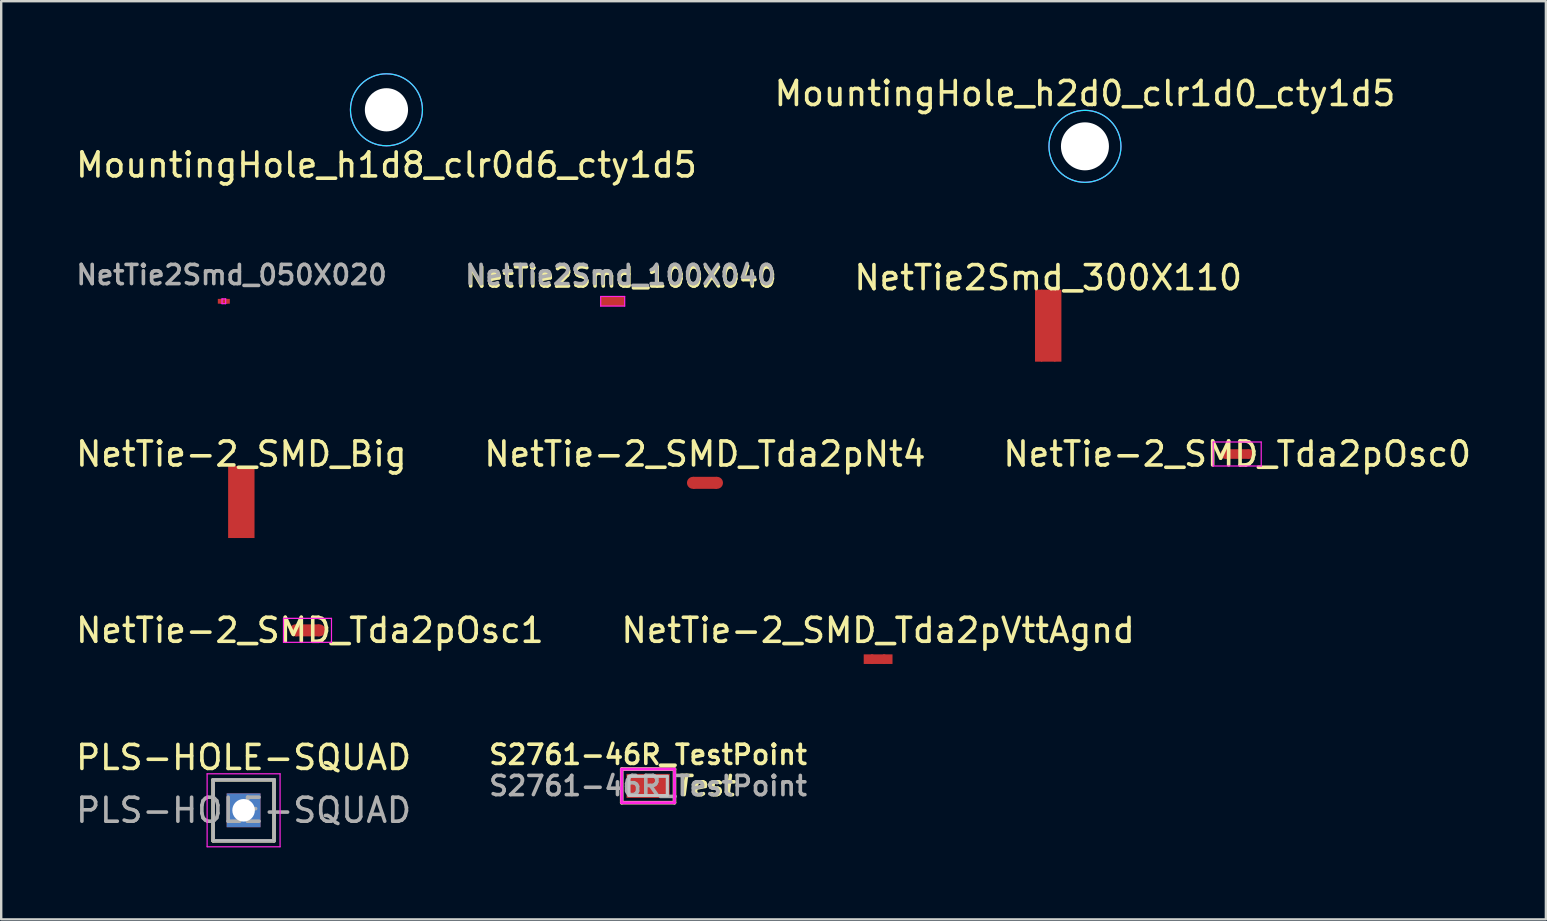
<source format=kicad_pcb>
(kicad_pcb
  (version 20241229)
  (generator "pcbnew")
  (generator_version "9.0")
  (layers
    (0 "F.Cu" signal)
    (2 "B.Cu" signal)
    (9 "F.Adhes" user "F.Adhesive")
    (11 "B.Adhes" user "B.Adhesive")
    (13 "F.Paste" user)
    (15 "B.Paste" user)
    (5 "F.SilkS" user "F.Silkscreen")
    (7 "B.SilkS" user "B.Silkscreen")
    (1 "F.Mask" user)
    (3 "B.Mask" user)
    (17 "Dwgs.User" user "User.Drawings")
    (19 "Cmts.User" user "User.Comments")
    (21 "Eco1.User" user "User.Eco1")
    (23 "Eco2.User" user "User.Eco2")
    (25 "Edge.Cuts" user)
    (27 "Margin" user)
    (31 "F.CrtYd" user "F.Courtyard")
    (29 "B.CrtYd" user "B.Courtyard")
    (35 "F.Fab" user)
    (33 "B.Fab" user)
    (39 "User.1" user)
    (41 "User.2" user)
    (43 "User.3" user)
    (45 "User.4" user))
  (footprint "NetTie-2_SMD_Big"
    (layer "F.Cu")
    (at 7.006 17.87)
    (property "Reference" "NetTie-2_SMD_Big" (at 0 -2 0) (layer "F.SilkS") (effects (font (size 1 1) (thickness 0.15))))
    (attr exclude_from_pos_files exclude_from_bom)
    (fp_poly (pts (xy -0.3 -1.5) (xy 0.3 -1.5) (xy 0.3 1.5) (xy -0.3 1.5)) (stroke (width 0) (type solid)) (fill yes) (layer "F.Cu"))
    (pad "1" smd rect (at -0.4 0) (size 0.3 3) (layers "F.Cu"))
    (pad "2" smd rect (at 0.4 0) (size 0.3 3) (layers "F.Cu")))
  (footprint "S2761-46R_TestPoint"
    (layer "F.Cu")
    (at 23.957 29.699)
    (property "Reference" "S2761-46R_TestPoint" (at 0 -1.3 0) (layer "F.SilkS") (effects (font (size 0.8 0.8) (thickness 0.15))))
    (attr smd)
    (fp_line (start -1.1 -0.7) (end -1.1 0.7) (stroke (width 0.15) (type solid)) (layer "F.SilkS"))
    (fp_line (start -1.1 0.7) (end 1.1 0.7) (stroke (width 0.15) (type solid)) (layer "F.SilkS"))
    (fp_line (start 1.1 -0.7) (end -1.1 -0.7) (stroke (width 0.15) (type solid)) (layer "F.SilkS"))
    (fp_line (start 1.1 0.7) (end 1.1 -0.7) (stroke (width 0.15) (type solid)) (layer "F.SilkS"))
    (fp_line (start -0.8 -0.4) (end 0.8 -0.4) (stroke (width 0.12) (type solid)) (layer "Dwgs.User"))
    (fp_line (start -0.8 0.4) (end -0.8 -0.4) (stroke (width 0.12) (type solid)) (layer "Dwgs.User"))
    (fp_line (start 0.8 -0.4) (end 0.8 0.4) (stroke (width 0.12) (type solid)) (layer "Dwgs.User"))
    (fp_line (start 0.8 0.4) (end -0.8 0.4) (stroke (width 0.12) (type solid)) (layer "Dwgs.User"))
    (fp_line (start -1.1 -0.7) (end 1.1 -0.7) (stroke (width 0.12) (type solid)) (layer "F.CrtYd"))
    (fp_line (start -1.1 0.7) (end -1.1 -0.7) (stroke (width 0.12) (type solid)) (layer "F.CrtYd"))
    (fp_line (start 1.1 -0.7) (end 1.1 0.7) (stroke (width 0.12) (type solid)) (layer "F.CrtYd"))
    (fp_line (start 1.1 0.7) (end -1.1 0.7) (stroke (width 0.12) (type solid)) (layer "F.CrtYd"))
    (fp_line (start -0.8 -0.4) (end 0.8 -0.4) (stroke (width 0.12) (type solid)) (layer "F.Fab"))
    (fp_line (start -0.8 0.4) (end -0.8 -0.4) (stroke (width 0.12) (type solid)) (layer "F.Fab"))
    (fp_line (start 0.8 -0.4) (end 0.8 0.4) (stroke (width 0.12) (type solid)) (layer "F.Fab"))
    (fp_line (start 0.8 0.4) (end -0.8 0.4) (stroke (width 0.12) (type solid)) (layer "F.Fab"))
    (fp_text user "Test" (at 2.4 0 0) (layer "F.SilkS") (effects (font (size 0.8 0.8) (thickness 0.15) (italic yes))))
    (fp_text user "${REFERENCE}" (at 0 0 0) (layer "F.Fab") (effects (font (size 0.8 0.8) (thickness 0.15))))
    (pad "~" smd rect (at 0 0) (size 1.8 1) (layers "F.Cu" "F.Mask" "F.Paste")))
  (footprint "NetTie-2_SMD_Tda2pNt4"
    (layer "F.Cu")
    (at 26.327 17.07)
    (property "Reference" "NetTie-2_SMD_Tda2pNt4" (at 0 -1.2 180) (layer "F.SilkS") (effects (font (size 1 1) (thickness 0.15))))
    (attr exclude_from_pos_files exclude_from_bom)
    (fp_poly (pts (xy -0.5 -0.25) (xy 0.5 -0.25) (xy 0.5 0.25) (xy -0.5 0.25)) (stroke (width 0) (type solid)) (fill yes) (layer "F.Cu"))
    (pad "1" smd circle (at -0.5 0) (size 0.5 0.5) (layers "F.Cu"))
    (pad "2" smd circle (at 0.5 0) (size 0.5 0.5) (layers "F.Cu")))
  (footprint "NetTie-2_SMD_Tda2pOsc0"
    (layer "F.Cu")
    (at 48.506 15.87)
    (property "Reference" "NetTie-2_SMD_Tda2pOsc0" (at 0 0 0) (layer "F.SilkS") (effects (font (size 1 1) (thickness 0.15))))
    (attr exclude_from_pos_files exclude_from_bom)
    (fp_poly (pts (xy -0.5 -0.2) (xy 0.5 -0.2) (xy 0.5 0.2) (xy -0.5 0.2)) (stroke (width 0) (type solid)) (fill yes) (layer "F.Cu"))
    (fp_line (start -1 -0.5) (end -1 0.5) (stroke (width 0.05) (type solid)) (layer "F.CrtYd"))
    (fp_line (start -1 0.5) (end 1 0.5) (stroke (width 0.05) (type solid)) (layer "F.CrtYd"))
    (fp_line (start 1 -0.5) (end -1 -0.5) (stroke (width 0.05) (type solid)) (layer "F.CrtYd"))
    (fp_line (start 1 0.5) (end 1 -0.5) (stroke (width 0.05) (type solid)) (layer "F.CrtYd"))
    (pad "1" smd circle (at -0.5 0) (size 0.4 0.4) (layers "F.Cu"))
    (pad "2" smd circle (at 0.5 0) (size 0.4 0.4) (layers "F.Cu")))
  (footprint "NetTie2Smd_050X020"
    (layer "F.Cu")
    (at 6.277 9.505)
    (property "Reference" "NetTie2Smd_050X020" (at 0.325 -1.1 0) (layer "F.Fab") (effects (font (size 0.8 0.8) (thickness 0.15))))
    (attr exclude_from_pos_files exclude_from_bom)
    (fp_poly (pts (xy -0.15 -0.1) (xy 0.15 -0.1) (xy 0.15 0.1) (xy -0.15 0.1)) (stroke (width 0) (type solid)) (fill yes) (layer "F.Cu"))
    (fp_line (start -0.075 -0.1) (end -0.075 0.1) (stroke (width 0.05) (type solid)) (layer "F.CrtYd"))
    (fp_line (start -0.075 0.1) (end 0.075 0.1) (stroke (width 0.05) (type solid)) (layer "F.CrtYd"))
    (fp_line (start 0.075 -0.1) (end -0.075 -0.1) (stroke (width 0.05) (type solid)) (layer "F.CrtYd"))
    (fp_line (start 0.075 0.1) (end 0.075 -0.1) (stroke (width 0.05) (type solid)) (layer "F.CrtYd"))
    (pad "1" smd rect (at -0.15 0) (size 0.2 0.2) (layers "F.Cu"))
    (pad "2" smd rect (at 0.15 0) (size 0.2 0.2) (layers "F.Cu")))
  (footprint "MountingHole_h2d0_clr1d0_cty1d5"
    (layer "F.Cu")
    (at 42.161 3.048)
    (property "Reference" "MountingHole_h2d0_clr1d0_cty1d5" (at 0 -2.2 0) (layer "F.SilkS") (effects (font (size 1 1) (thickness 0.15))))
    (attr exclude_from_pos_files exclude_from_bom)
    (fp_circle (center 0 0) (end 1.5 0) (stroke (width 0.05) (type solid)) (fill no) (layer "B.CrtYd"))
    (fp_circle (center 0 0) (end 1.5 0) (stroke (width 0.05) (type solid)) (fill no) (layer "F.CrtYd"))
    (pad "" np_thru_hole circle (at 0 0) (size 2 2) (drill 2) (layers "*.Cu" "*.Mask")))
  (footprint "MountingHole_h1d8_clr0d6_cty1d5"
    (layer "F.Cu")
    (at 13.054 1.525)
    (property "Reference" "MountingHole_h1d8_clr0d6_cty1d5" (at 0 2.3 0) (layer "F.SilkS") (effects (font (size 1 1) (thickness 0.15))))
    (attr exclude_from_pos_files exclude_from_bom)
    (fp_circle (center 0 0) (end 1.5 0) (stroke (width 0.05) (type solid)) (fill no) (layer "B.CrtYd"))
    (fp_circle (center 0 0) (end 1.5 0) (stroke (width 0.05) (type solid)) (fill no) (layer "F.CrtYd"))
    (pad "" np_thru_hole circle (at 0 0) (size 1.8 1.8) (drill 1.8) (layers "*.Cu" "*.Mask")))
  (footprint "NetTie-2_SMD_Tda2pOsc1"
    (layer "F.Cu")
    (at 9.763 23.218)
    (property "Reference" "NetTie-2_SMD_Tda2pOsc1" (at 0.1 0 0) (layer "F.SilkS") (effects (font (size 1 1) (thickness 0.15))))
    (attr exclude_from_pos_files exclude_from_bom)
    (fp_poly (pts (xy -0.5 -0.25) (xy 0.5 -0.25) (xy 0.5 0.25) (xy -0.5 0.25)) (stroke (width 0) (type solid)) (fill yes) (layer "F.Cu"))
    (fp_line (start -1 -0.5) (end -1 0.5) (stroke (width 0.05) (type solid)) (layer "F.CrtYd"))
    (fp_line (start -1 0.5) (end 1 0.5) (stroke (width 0.05) (type solid)) (layer "F.CrtYd"))
    (fp_line (start 1 -0.5) (end -1 -0.5) (stroke (width 0.05) (type solid)) (layer "F.CrtYd"))
    (fp_line (start 1 0.5) (end 1 -0.5) (stroke (width 0.05) (type solid)) (layer "F.CrtYd"))
    (pad "1" smd circle (at -0.5 0) (size 0.5 0.5) (layers "F.Cu"))
    (pad "2" smd circle (at 0.5 0) (size 0.5 0.5) (layers "F.Cu")))
  (footprint "PLS-HOLE-SQUAD"
    (layer "F.Cu")
    (at 7.101 30.716)
    (property "Reference" "PLS-HOLE-SQUAD" (at 0 0 0) (layer "F.Fab") (effects (font (size 1 1) (thickness 0.15))))
    (attr exclude_from_pos_files exclude_from_bom)
    (fp_line (start -1.27 -1.27) (end 1.27 -1.27) (stroke (width 0.15) (type solid)) (layer "F.SilkS"))
    (fp_line (start -1.27 1.27) (end -1.27 -1.27) (stroke (width 0.15) (type solid)) (layer "F.SilkS"))
    (fp_line (start 1.27 -1.27) (end 1.27 1.27) (stroke (width 0.15) (type solid)) (layer "F.SilkS"))
    (fp_line (start 1.27 1.27) (end -1.27 1.27) (stroke (width 0.15) (type solid)) (layer "F.SilkS"))
    (fp_line (start -1.27 -1.27) (end 1.27 -1.27) (stroke (width 0.025) (type solid)) (layer "Dwgs.User"))
    (fp_line (start -1.27 1.27) (end -1.27 -1.27) (stroke (width 0.025) (type solid)) (layer "Dwgs.User"))
    (fp_line (start 1.27 -1.27) (end 1.27 1.27) (stroke (width 0.025) (type solid)) (layer "Dwgs.User"))
    (fp_line (start 1.27 1.27) (end -1.27 1.27) (stroke (width 0.025) (type solid)) (layer "Dwgs.User"))
    (fp_circle (center 0 0) (end 0 0.37) (stroke (width 0.025) (type solid)) (fill no) (layer "Dwgs.User"))
    (fp_line (start -1.52 -1.52) (end 1.52 -1.52) (stroke (width 0.05) (type solid)) (layer "F.CrtYd"))
    (fp_line (start -1.52 1.52) (end -1.52 -1.52) (stroke (width 0.05) (type solid)) (layer "F.CrtYd"))
    (fp_line (start 1.52 -1.52) (end 1.52 1.52) (stroke (width 0.05) (type solid)) (layer "F.CrtYd"))
    (fp_line (start 1.52 1.52) (end -1.52 1.52) (stroke (width 0.05) (type solid)) (layer "F.CrtYd"))
    (fp_line (start -1.27 -1.27) (end 1.27 -1.27) (stroke (width 0.15) (type solid)) (layer "F.Fab"))
    (fp_line (start -1.27 1.27) (end -1.27 -1.27) (stroke (width 0.15) (type solid)) (layer "F.Fab"))
    (fp_line (start 1.27 -1.27) (end 1.27 1.27) (stroke (width 0.15) (type solid)) (layer "F.Fab"))
    (fp_line (start 1.27 1.27) (end -1.27 1.27) (stroke (width 0.15) (type solid)) (layer "F.Fab"))
    (fp_text user "${REFERENCE}" (at 0 -2.2 0) (layer "F.SilkS") (effects (font (size 1 1) (thickness 0.15))))
    (pad "~" thru_hole rect (at 0 0) (size 1.41 1.41) (drill 0.94) (layers "*.Cu" "*.Mask")))
  (footprint "NetTie-2_SMD_Tda2pVttAgnd"
    (layer "F.Cu")
    (at 33.542 24.418)
    (property "Reference" "NetTie-2_SMD_Tda2pVttAgnd" (at 0 -1.2 0) (layer "F.SilkS") (effects (font (size 1 1) (thickness 0.15))))
    (attr exclude_from_pos_files exclude_from_bom)
    (fp_poly (pts (xy -0.3 -0.2) (xy 0.3 -0.2) (xy 0.3 0.2) (xy -0.3 0.2)) (stroke (width 0) (type solid)) (fill yes) (layer "F.Cu"))
    (pad "1" smd rect (at -0.4 0) (size 0.4 0.4) (layers "F.Cu"))
    (pad "2" smd rect (at 0.4 0) (size 0.4 0.4) (layers "F.Cu")))
  (footprint "NetTie2Smd_100X040"
    (layer "F.Cu")
    (at 22.481 9.505)
    (property "Reference" "NetTie2Smd_100X040" (at 0.325 -1.1 0) (layer "F.Fab") (effects (font (size 0.8 0.8) (thickness 0.15))))
    (attr exclude_from_pos_files exclude_from_bom)
    (fp_poly (pts (xy -0.5 -0.2) (xy 0.5 -0.2) (xy 0.5 0.2) (xy -0.5 0.2)) (stroke (width 0) (type solid)) (fill yes) (layer "F.Cu"))
    (fp_line (start -0.5 -0.2) (end -0.5 0.2) (stroke (width 0.05) (type solid)) (layer "F.CrtYd"))
    (fp_line (start -0.5 0.2) (end 0.5 0.2) (stroke (width 0.05) (type solid)) (layer "F.CrtYd"))
    (fp_line (start 0.5 -0.2) (end -0.5 -0.2) (stroke (width 0.05) (type solid)) (layer "F.CrtYd"))
    (fp_line (start 0.5 0.2) (end 0.5 -0.2) (stroke (width 0.05) (type solid)) (layer "F.CrtYd"))
    (fp_text user "${REFERENCE}" (at 0.35 -1 0) (layer "F.SilkS") (effects (font (size 0.8 0.8) (thickness 0.15))))
    (pad "1" smd rect (at -0.3 0) (size 0.4 0.4) (layers "F.Cu"))
    (pad "2" smd rect (at 0.3 0) (size 0.4 0.4) (layers "F.Cu")))
  (footprint "NetTie2Smd_300X110"
    (layer "F.Cu")
    (at 40.63 10.521)
    (property "Reference" "NetTie2Smd_300X110" (at 0 -2 0) (layer "F.SilkS") (effects (font (size 1 1) (thickness 0.15))))
    (attr exclude_from_pos_files exclude_from_bom)
    (fp_poly (pts (xy -0.3 -1.5) (xy 0.3 -1.5) (xy 0.3 1.5) (xy -0.3 1.5)) (stroke (width 0) (type solid)) (fill yes) (layer "F.Cu"))
    (pad "1" smd rect (at -0.4 0) (size 0.3 3) (layers "F.Cu"))
    (pad "2" smd rect (at 0.4 0) (size 0.3 3) (layers "F.Cu")))
  (gr_rect
    (start -3 -3)
    (end 61.369 35.261)
    (stroke (width 0.1) (type default))
    (fill no)
    (layer "Edge.Cuts")))
</source>
